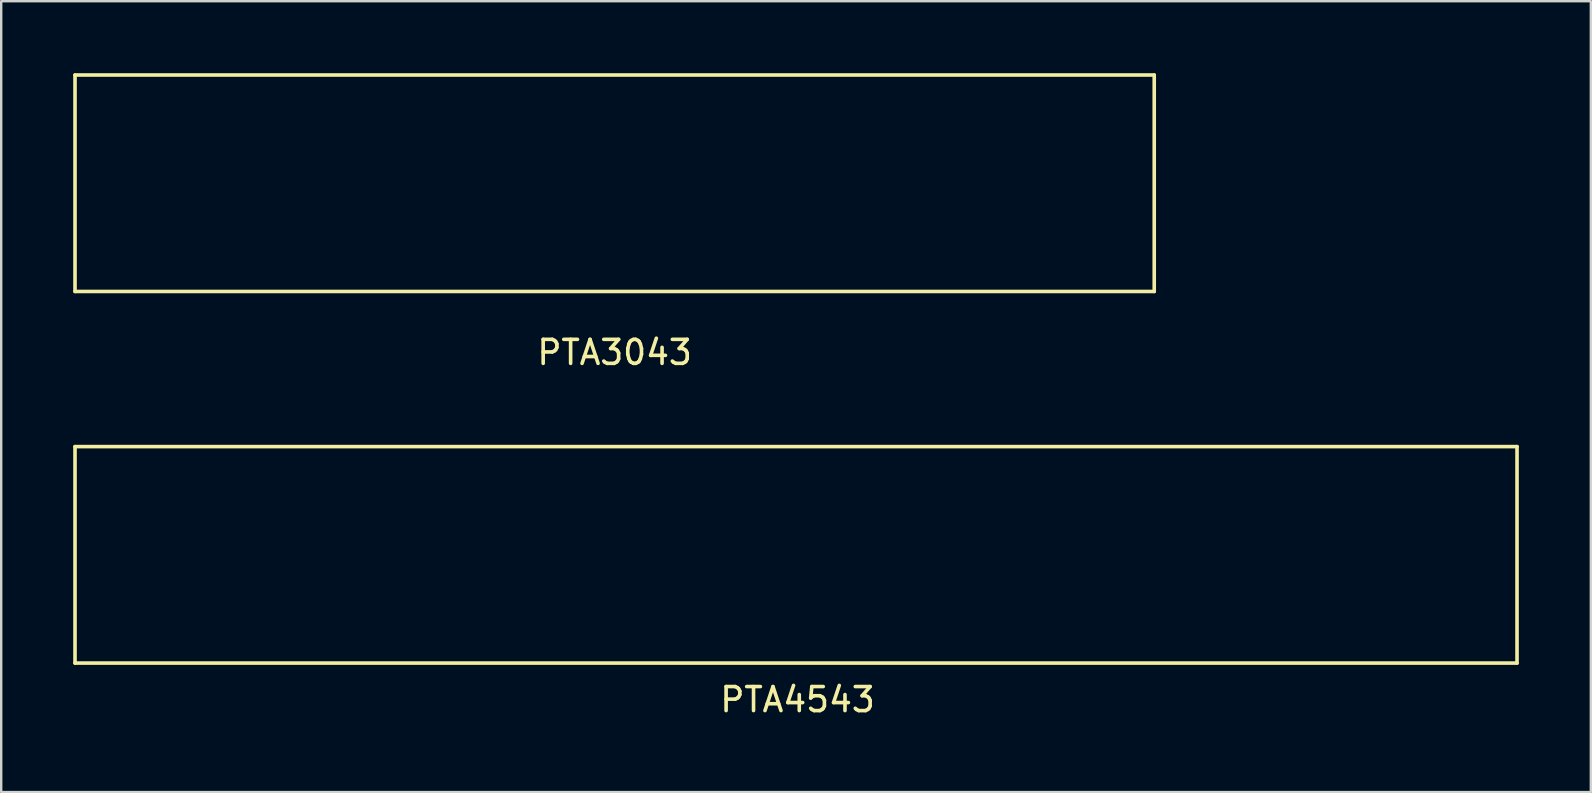
<source format=kicad_pcb>
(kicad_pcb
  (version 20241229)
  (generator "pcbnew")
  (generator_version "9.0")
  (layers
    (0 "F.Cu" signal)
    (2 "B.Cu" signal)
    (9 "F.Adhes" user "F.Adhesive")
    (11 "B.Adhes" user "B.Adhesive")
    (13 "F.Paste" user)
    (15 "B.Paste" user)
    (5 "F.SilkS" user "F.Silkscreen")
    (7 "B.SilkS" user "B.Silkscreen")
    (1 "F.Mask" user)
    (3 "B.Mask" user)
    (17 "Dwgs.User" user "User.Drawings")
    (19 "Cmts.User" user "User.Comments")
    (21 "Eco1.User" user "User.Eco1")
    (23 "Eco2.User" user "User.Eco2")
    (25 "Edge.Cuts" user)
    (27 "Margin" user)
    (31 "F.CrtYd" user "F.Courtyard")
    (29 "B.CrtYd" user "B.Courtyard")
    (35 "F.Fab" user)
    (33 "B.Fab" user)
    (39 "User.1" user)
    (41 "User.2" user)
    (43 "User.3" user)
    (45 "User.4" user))
  (footprint "PTA3043"
    (layer "F.Cu")
    (at 22.554 4.647)
    (property "Reference" "PTA3043" (at 0 6.985 0) (layer "F.SilkS") (effects (font (size 1 1) (thickness 0.15))))
    (attr through_hole)
    (fp_line (start -22.479 -4.572) (end 22.479 -4.572) (stroke (width 0.15) (type solid)) (layer "F.SilkS"))
    (fp_line (start -22.479 4.445) (end -22.479 -4.572) (stroke (width 0.15) (type solid)) (layer "F.SilkS"))
    (fp_line (start 22.479 -4.572) (end 22.479 4.445) (stroke (width 0.15) (type solid)) (layer "F.SilkS"))
    (fp_line (start 22.479 4.445) (end -22.479 4.445) (stroke (width 0.15) (type solid)) (layer "F.SilkS")))
  (footprint "PTA4543"
    (layer "F.Cu")
    (at 30.174 20.127)
    (property "Reference" "PTA4543" (at 0 5.969 0) (layer "F.SilkS") (effects (font (size 1 1) (thickness 0.15))))
    (attr through_hole)
    (fp_line (start -30.099 -4.572) (end 29.972 -4.572) (stroke (width 0.15) (type solid)) (layer "F.SilkS"))
    (fp_line (start -30.099 4.445) (end -30.099 -4.572) (stroke (width 0.15) (type solid)) (layer "F.SilkS"))
    (fp_line (start 29.972 -4.572) (end 29.972 4.445) (stroke (width 0.15) (type solid)) (layer "F.SilkS"))
    (fp_line (start 29.972 4.445) (end -30.099 4.445) (stroke (width 0.15) (type solid)) (layer "F.SilkS")))
  (gr_rect
    (start -3 -3)
    (end 63.221 29.945)
    (stroke (width 0.1) (type default))
    (fill no)
    (layer "Edge.Cuts")))
</source>
